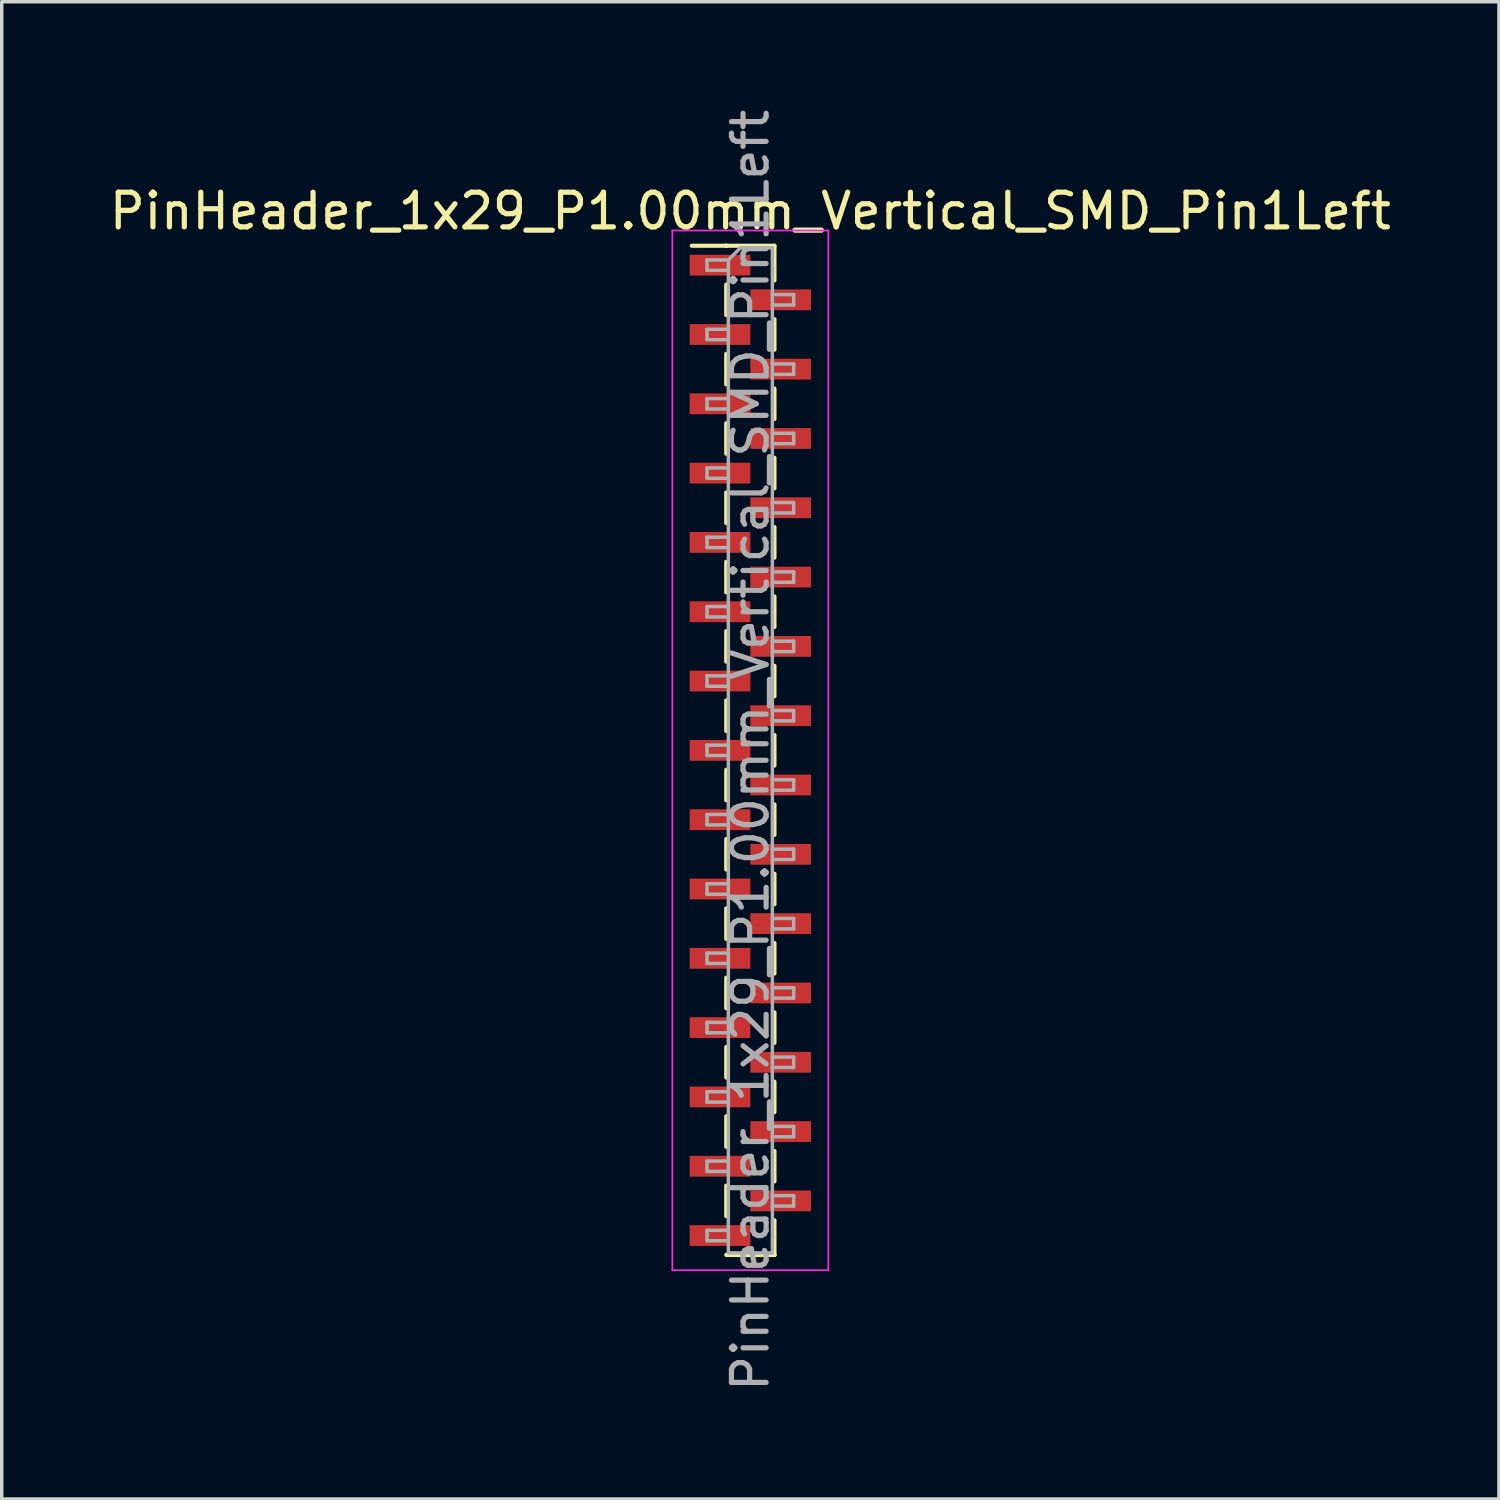
<source format=kicad_pcb>
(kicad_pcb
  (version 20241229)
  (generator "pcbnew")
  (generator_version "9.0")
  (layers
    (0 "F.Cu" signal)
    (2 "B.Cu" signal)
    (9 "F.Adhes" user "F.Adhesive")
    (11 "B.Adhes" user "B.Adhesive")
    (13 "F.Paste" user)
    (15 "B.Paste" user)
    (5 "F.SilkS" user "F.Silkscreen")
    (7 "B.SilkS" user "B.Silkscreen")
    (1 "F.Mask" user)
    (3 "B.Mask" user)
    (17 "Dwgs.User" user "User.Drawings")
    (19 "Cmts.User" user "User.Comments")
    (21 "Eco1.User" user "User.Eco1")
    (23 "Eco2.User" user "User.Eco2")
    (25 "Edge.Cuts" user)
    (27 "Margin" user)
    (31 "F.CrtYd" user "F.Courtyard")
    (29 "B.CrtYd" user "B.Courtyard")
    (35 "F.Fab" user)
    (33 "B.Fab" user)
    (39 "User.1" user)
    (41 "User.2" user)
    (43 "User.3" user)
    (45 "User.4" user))
  (footprint "PinHeader_1x29_P1.00mm_Vertical_SMD_Pin1Left"
    (layer "F.Cu")
    (at 18.601 18.601)
    (property "Reference" "PinHeader_1x29_P1.00mm_Vertical_SMD_Pin1Left" (at 0 -15.56 0) (layer "F.SilkS") (effects (font (size 1 1) (thickness 0.15))))
    (attr smd)
    (fp_line (start -0.695 -14.56) (end -1.69 -14.56) (stroke (width 0.12) (type solid)) (layer "F.SilkS"))
    (fp_line (start -0.695 -14.56) (end -0.695 -14.56) (stroke (width 0.12) (type solid)) (layer "F.SilkS"))
    (fp_line (start -0.695 -14.56) (end 0.695 -14.56) (stroke (width 0.12) (type solid)) (layer "F.SilkS"))
    (fp_line (start -0.695 -13.44) (end -0.695 -12.56) (stroke (width 0.12) (type solid)) (layer "F.SilkS"))
    (fp_line (start -0.695 -11.44) (end -0.695 -10.56) (stroke (width 0.12) (type solid)) (layer "F.SilkS"))
    (fp_line (start -0.695 -9.44) (end -0.695 -8.56) (stroke (width 0.12) (type solid)) (layer "F.SilkS"))
    (fp_line (start -0.695 -7.44) (end -0.695 -6.56) (stroke (width 0.12) (type solid)) (layer "F.SilkS"))
    (fp_line (start -0.695 -5.44) (end -0.695 -4.56) (stroke (width 0.12) (type solid)) (layer "F.SilkS"))
    (fp_line (start -0.695 -3.44) (end -0.695 -2.56) (stroke (width 0.12) (type solid)) (layer "F.SilkS"))
    (fp_line (start -0.695 -1.44) (end -0.695 -0.56) (stroke (width 0.12) (type solid)) (layer "F.SilkS"))
    (fp_line (start -0.695 0.56) (end -0.695 1.44) (stroke (width 0.12) (type solid)) (layer "F.SilkS"))
    (fp_line (start -0.695 2.56) (end -0.695 3.44) (stroke (width 0.12) (type solid)) (layer "F.SilkS"))
    (fp_line (start -0.695 4.56) (end -0.695 5.44) (stroke (width 0.12) (type solid)) (layer "F.SilkS"))
    (fp_line (start -0.695 6.56) (end -0.695 7.44) (stroke (width 0.12) (type solid)) (layer "F.SilkS"))
    (fp_line (start -0.695 8.56) (end -0.695 9.44) (stroke (width 0.12) (type solid)) (layer "F.SilkS"))
    (fp_line (start -0.695 10.56) (end -0.695 11.44) (stroke (width 0.12) (type solid)) (layer "F.SilkS"))
    (fp_line (start -0.695 12.56) (end -0.695 13.44) (stroke (width 0.12) (type solid)) (layer "F.SilkS"))
    (fp_line (start -0.695 14.56) (end 0.695 14.56) (stroke (width 0.12) (type solid)) (layer "F.SilkS"))
    (fp_line (start 0.695 -14.56) (end 0.695 -13.56) (stroke (width 0.12) (type solid)) (layer "F.SilkS"))
    (fp_line (start 0.695 -12.44) (end 0.695 -11.56) (stroke (width 0.12) (type solid)) (layer "F.SilkS"))
    (fp_line (start 0.695 -10.44) (end 0.695 -9.56) (stroke (width 0.12) (type solid)) (layer "F.SilkS"))
    (fp_line (start 0.695 -8.44) (end 0.695 -7.56) (stroke (width 0.12) (type solid)) (layer "F.SilkS"))
    (fp_line (start 0.695 -6.44) (end 0.695 -5.56) (stroke (width 0.12) (type solid)) (layer "F.SilkS"))
    (fp_line (start 0.695 -4.44) (end 0.695 -3.56) (stroke (width 0.12) (type solid)) (layer "F.SilkS"))
    (fp_line (start 0.695 -2.44) (end 0.695 -1.56) (stroke (width 0.12) (type solid)) (layer "F.SilkS"))
    (fp_line (start 0.695 -0.44) (end 0.695 0.44) (stroke (width 0.12) (type solid)) (layer "F.SilkS"))
    (fp_line (start 0.695 1.56) (end 0.695 2.44) (stroke (width 0.12) (type solid)) (layer "F.SilkS"))
    (fp_line (start 0.695 3.56) (end 0.695 4.44) (stroke (width 0.12) (type solid)) (layer "F.SilkS"))
    (fp_line (start 0.695 5.56) (end 0.695 6.44) (stroke (width 0.12) (type solid)) (layer "F.SilkS"))
    (fp_line (start 0.695 7.56) (end 0.695 8.44) (stroke (width 0.12) (type solid)) (layer "F.SilkS"))
    (fp_line (start 0.695 9.56) (end 0.695 10.44) (stroke (width 0.12) (type solid)) (layer "F.SilkS"))
    (fp_line (start 0.695 11.56) (end 0.695 12.44) (stroke (width 0.12) (type solid)) (layer "F.SilkS"))
    (fp_line (start 0.695 13.56) (end 0.695 14.56) (stroke (width 0.12) (type solid)) (layer "F.SilkS"))
    (fp_line (start 0.695 14.56) (end 0.695 14.56) (stroke (width 0.12) (type solid)) (layer "F.SilkS"))
    (fp_line (start -2.25 -15) (end -2.25 15) (stroke (width 0.05) (type solid)) (layer "F.CrtYd"))
    (fp_line (start -2.25 15) (end 2.25 15) (stroke (width 0.05) (type solid)) (layer "F.CrtYd"))
    (fp_line (start 2.25 -15) (end -2.25 -15) (stroke (width 0.05) (type solid)) (layer "F.CrtYd"))
    (fp_line (start 2.25 15) (end 2.25 -15) (stroke (width 0.05) (type solid)) (layer "F.CrtYd"))
    (fp_line (start -1.25 -14.15) (end -1.25 -13.85) (stroke (width 0.1) (type solid)) (layer "F.Fab"))
    (fp_line (start -1.25 -13.85) (end -0.635 -13.85) (stroke (width 0.1) (type solid)) (layer "F.Fab"))
    (fp_line (start -1.25 -12.15) (end -1.25 -11.85) (stroke (width 0.1) (type solid)) (layer "F.Fab"))
    (fp_line (start -1.25 -11.85) (end -0.635 -11.85) (stroke (width 0.1) (type solid)) (layer "F.Fab"))
    (fp_line (start -1.25 -10.15) (end -1.25 -9.85) (stroke (width 0.1) (type solid)) (layer "F.Fab"))
    (fp_line (start -1.25 -9.85) (end -0.635 -9.85) (stroke (width 0.1) (type solid)) (layer "F.Fab"))
    (fp_line (start -1.25 -8.15) (end -1.25 -7.85) (stroke (width 0.1) (type solid)) (layer "F.Fab"))
    (fp_line (start -1.25 -7.85) (end -0.635 -7.85) (stroke (width 0.1) (type solid)) (layer "F.Fab"))
    (fp_line (start -1.25 -6.15) (end -1.25 -5.85) (stroke (width 0.1) (type solid)) (layer "F.Fab"))
    (fp_line (start -1.25 -5.85) (end -0.635 -5.85) (stroke (width 0.1) (type solid)) (layer "F.Fab"))
    (fp_line (start -1.25 -4.15) (end -1.25 -3.85) (stroke (width 0.1) (type solid)) (layer "F.Fab"))
    (fp_line (start -1.25 -3.85) (end -0.635 -3.85) (stroke (width 0.1) (type solid)) (layer "F.Fab"))
    (fp_line (start -1.25 -2.15) (end -1.25 -1.85) (stroke (width 0.1) (type solid)) (layer "F.Fab"))
    (fp_line (start -1.25 -1.85) (end -0.635 -1.85) (stroke (width 0.1) (type solid)) (layer "F.Fab"))
    (fp_line (start -1.25 -0.15) (end -1.25 0.15) (stroke (width 0.1) (type solid)) (layer "F.Fab"))
    (fp_line (start -1.25 0.15) (end -0.635 0.15) (stroke (width 0.1) (type solid)) (layer "F.Fab"))
    (fp_line (start -1.25 1.85) (end -1.25 2.15) (stroke (width 0.1) (type solid)) (layer "F.Fab"))
    (fp_line (start -1.25 2.15) (end -0.635 2.15) (stroke (width 0.1) (type solid)) (layer "F.Fab"))
    (fp_line (start -1.25 3.85) (end -1.25 4.15) (stroke (width 0.1) (type solid)) (layer "F.Fab"))
    (fp_line (start -1.25 4.15) (end -0.635 4.15) (stroke (width 0.1) (type solid)) (layer "F.Fab"))
    (fp_line (start -1.25 5.85) (end -1.25 6.15) (stroke (width 0.1) (type solid)) (layer "F.Fab"))
    (fp_line (start -1.25 6.15) (end -0.635 6.15) (stroke (width 0.1) (type solid)) (layer "F.Fab"))
    (fp_line (start -1.25 7.85) (end -1.25 8.15) (stroke (width 0.1) (type solid)) (layer "F.Fab"))
    (fp_line (start -1.25 8.15) (end -0.635 8.15) (stroke (width 0.1) (type solid)) (layer "F.Fab"))
    (fp_line (start -1.25 9.85) (end -1.25 10.15) (stroke (width 0.1) (type solid)) (layer "F.Fab"))
    (fp_line (start -1.25 10.15) (end -0.635 10.15) (stroke (width 0.1) (type solid)) (layer "F.Fab"))
    (fp_line (start -1.25 11.85) (end -1.25 12.15) (stroke (width 0.1) (type solid)) (layer "F.Fab"))
    (fp_line (start -1.25 12.15) (end -0.635 12.15) (stroke (width 0.1) (type solid)) (layer "F.Fab"))
    (fp_line (start -1.25 13.85) (end -1.25 14.15) (stroke (width 0.1) (type solid)) (layer "F.Fab"))
    (fp_line (start -1.25 14.15) (end -0.635 14.15) (stroke (width 0.1) (type solid)) (layer "F.Fab"))
    (fp_line (start -0.635 -14.15) (end -1.25 -14.15) (stroke (width 0.1) (type solid)) (layer "F.Fab"))
    (fp_line (start -0.635 -14.15) (end -0.285 -14.5) (stroke (width 0.1) (type solid)) (layer "F.Fab"))
    (fp_line (start -0.635 -12.15) (end -1.25 -12.15) (stroke (width 0.1) (type solid)) (layer "F.Fab"))
    (fp_line (start -0.635 -10.15) (end -1.25 -10.15) (stroke (width 0.1) (type solid)) (layer "F.Fab"))
    (fp_line (start -0.635 -8.15) (end -1.25 -8.15) (stroke (width 0.1) (type solid)) (layer "F.Fab"))
    (fp_line (start -0.635 -6.15) (end -1.25 -6.15) (stroke (width 0.1) (type solid)) (layer "F.Fab"))
    (fp_line (start -0.635 -4.15) (end -1.25 -4.15) (stroke (width 0.1) (type solid)) (layer "F.Fab"))
    (fp_line (start -0.635 -2.15) (end -1.25 -2.15) (stroke (width 0.1) (type solid)) (layer "F.Fab"))
    (fp_line (start -0.635 -0.15) (end -1.25 -0.15) (stroke (width 0.1) (type solid)) (layer "F.Fab"))
    (fp_line (start -0.635 1.85) (end -1.25 1.85) (stroke (width 0.1) (type solid)) (layer "F.Fab"))
    (fp_line (start -0.635 3.85) (end -1.25 3.85) (stroke (width 0.1) (type solid)) (layer "F.Fab"))
    (fp_line (start -0.635 5.85) (end -1.25 5.85) (stroke (width 0.1) (type solid)) (layer "F.Fab"))
    (fp_line (start -0.635 7.85) (end -1.25 7.85) (stroke (width 0.1) (type solid)) (layer "F.Fab"))
    (fp_line (start -0.635 9.85) (end -1.25 9.85) (stroke (width 0.1) (type solid)) (layer "F.Fab"))
    (fp_line (start -0.635 11.85) (end -1.25 11.85) (stroke (width 0.1) (type solid)) (layer "F.Fab"))
    (fp_line (start -0.635 13.85) (end -1.25 13.85) (stroke (width 0.1) (type solid)) (layer "F.Fab"))
    (fp_line (start -0.635 14.5) (end -0.635 -14.15) (stroke (width 0.1) (type solid)) (layer "F.Fab"))
    (fp_line (start -0.285 -14.5) (end 0.635 -14.5) (stroke (width 0.1) (type solid)) (layer "F.Fab"))
    (fp_line (start 0.635 -14.5) (end 0.635 14.5) (stroke (width 0.1) (type solid)) (layer "F.Fab"))
    (fp_line (start 0.635 -13.15) (end 1.25 -13.15) (stroke (width 0.1) (type solid)) (layer "F.Fab"))
    (fp_line (start 0.635 -11.15) (end 1.25 -11.15) (stroke (width 0.1) (type solid)) (layer "F.Fab"))
    (fp_line (start 0.635 -9.15) (end 1.25 -9.15) (stroke (width 0.1) (type solid)) (layer "F.Fab"))
    (fp_line (start 0.635 -7.15) (end 1.25 -7.15) (stroke (width 0.1) (type solid)) (layer "F.Fab"))
    (fp_line (start 0.635 -5.15) (end 1.25 -5.15) (stroke (width 0.1) (type solid)) (layer "F.Fab"))
    (fp_line (start 0.635 -3.15) (end 1.25 -3.15) (stroke (width 0.1) (type solid)) (layer "F.Fab"))
    (fp_line (start 0.635 -1.15) (end 1.25 -1.15) (stroke (width 0.1) (type solid)) (layer "F.Fab"))
    (fp_line (start 0.635 0.85) (end 1.25 0.85) (stroke (width 0.1) (type solid)) (layer "F.Fab"))
    (fp_line (start 0.635 2.85) (end 1.25 2.85) (stroke (width 0.1) (type solid)) (layer "F.Fab"))
    (fp_line (start 0.635 4.85) (end 1.25 4.85) (stroke (width 0.1) (type solid)) (layer "F.Fab"))
    (fp_line (start 0.635 6.85) (end 1.25 6.85) (stroke (width 0.1) (type solid)) (layer "F.Fab"))
    (fp_line (start 0.635 8.85) (end 1.25 8.85) (stroke (width 0.1) (type solid)) (layer "F.Fab"))
    (fp_line (start 0.635 10.85) (end 1.25 10.85) (stroke (width 0.1) (type solid)) (layer "F.Fab"))
    (fp_line (start 0.635 12.85) (end 1.25 12.85) (stroke (width 0.1) (type solid)) (layer "F.Fab"))
    (fp_line (start 0.635 14.5) (end -0.635 14.5) (stroke (width 0.1) (type solid)) (layer "F.Fab"))
    (fp_line (start 1.25 -13.15) (end 1.25 -12.85) (stroke (width 0.1) (type solid)) (layer "F.Fab"))
    (fp_line (start 1.25 -12.85) (end 0.635 -12.85) (stroke (width 0.1) (type solid)) (layer "F.Fab"))
    (fp_line (start 1.25 -11.15) (end 1.25 -10.85) (stroke (width 0.1) (type solid)) (layer "F.Fab"))
    (fp_line (start 1.25 -10.85) (end 0.635 -10.85) (stroke (width 0.1) (type solid)) (layer "F.Fab"))
    (fp_line (start 1.25 -9.15) (end 1.25 -8.85) (stroke (width 0.1) (type solid)) (layer "F.Fab"))
    (fp_line (start 1.25 -8.85) (end 0.635 -8.85) (stroke (width 0.1) (type solid)) (layer "F.Fab"))
    (fp_line (start 1.25 -7.15) (end 1.25 -6.85) (stroke (width 0.1) (type solid)) (layer "F.Fab"))
    (fp_line (start 1.25 -6.85) (end 0.635 -6.85) (stroke (width 0.1) (type solid)) (layer "F.Fab"))
    (fp_line (start 1.25 -5.15) (end 1.25 -4.85) (stroke (width 0.1) (type solid)) (layer "F.Fab"))
    (fp_line (start 1.25 -4.85) (end 0.635 -4.85) (stroke (width 0.1) (type solid)) (layer "F.Fab"))
    (fp_line (start 1.25 -3.15) (end 1.25 -2.85) (stroke (width 0.1) (type solid)) (layer "F.Fab"))
    (fp_line (start 1.25 -2.85) (end 0.635 -2.85) (stroke (width 0.1) (type solid)) (layer "F.Fab"))
    (fp_line (start 1.25 -1.15) (end 1.25 -0.85) (stroke (width 0.1) (type solid)) (layer "F.Fab"))
    (fp_line (start 1.25 -0.85) (end 0.635 -0.85) (stroke (width 0.1) (type solid)) (layer "F.Fab"))
    (fp_line (start 1.25 0.85) (end 1.25 1.15) (stroke (width 0.1) (type solid)) (layer "F.Fab"))
    (fp_line (start 1.25 1.15) (end 0.635 1.15) (stroke (width 0.1) (type solid)) (layer "F.Fab"))
    (fp_line (start 1.25 2.85) (end 1.25 3.15) (stroke (width 0.1) (type solid)) (layer "F.Fab"))
    (fp_line (start 1.25 3.15) (end 0.635 3.15) (stroke (width 0.1) (type solid)) (layer "F.Fab"))
    (fp_line (start 1.25 4.85) (end 1.25 5.15) (stroke (width 0.1) (type solid)) (layer "F.Fab"))
    (fp_line (start 1.25 5.15) (end 0.635 5.15) (stroke (width 0.1) (type solid)) (layer "F.Fab"))
    (fp_line (start 1.25 6.85) (end 1.25 7.15) (stroke (width 0.1) (type solid)) (layer "F.Fab"))
    (fp_line (start 1.25 7.15) (end 0.635 7.15) (stroke (width 0.1) (type solid)) (layer "F.Fab"))
    (fp_line (start 1.25 8.85) (end 1.25 9.15) (stroke (width 0.1) (type solid)) (layer "F.Fab"))
    (fp_line (start 1.25 9.15) (end 0.635 9.15) (stroke (width 0.1) (type solid)) (layer "F.Fab"))
    (fp_line (start 1.25 10.85) (end 1.25 11.15) (stroke (width 0.1) (type solid)) (layer "F.Fab"))
    (fp_line (start 1.25 11.15) (end 0.635 11.15) (stroke (width 0.1) (type solid)) (layer "F.Fab"))
    (fp_line (start 1.25 12.85) (end 1.25 13.15) (stroke (width 0.1) (type solid)) (layer "F.Fab"))
    (fp_line (start 1.25 13.15) (end 0.635 13.15) (stroke (width 0.1) (type solid)) (layer "F.Fab"))
    (fp_text user "${REFERENCE}" (at 0 0 90) (layer "F.Fab") (effects (font (size 1 1) (thickness 0.15))))
    (pad "1" smd rect (at -0.875 -14) (size 1.75 0.6) (layers "F.Cu" "F.Mask" "F.Paste"))
    (pad "2" smd rect (at 0.875 -13) (size 1.75 0.6) (layers "F.Cu" "F.Mask" "F.Paste"))
    (pad "3" smd rect (at -0.875 -12) (size 1.75 0.6) (layers "F.Cu" "F.Mask" "F.Paste"))
    (pad "4" smd rect (at 0.875 -11) (size 1.75 0.6) (layers "F.Cu" "F.Mask" "F.Paste"))
    (pad "5" smd rect (at -0.875 -10) (size 1.75 0.6) (layers "F.Cu" "F.Mask" "F.Paste"))
    (pad "6" smd rect (at 0.875 -9) (size 1.75 0.6) (layers "F.Cu" "F.Mask" "F.Paste"))
    (pad "7" smd rect (at -0.875 -8) (size 1.75 0.6) (layers "F.Cu" "F.Mask" "F.Paste"))
    (pad "8" smd rect (at 0.875 -7) (size 1.75 0.6) (layers "F.Cu" "F.Mask" "F.Paste"))
    (pad "9" smd rect (at -0.875 -6) (size 1.75 0.6) (layers "F.Cu" "F.Mask" "F.Paste"))
    (pad "10" smd rect (at 0.875 -5) (size 1.75 0.6) (layers "F.Cu" "F.Mask" "F.Paste"))
    (pad "11" smd rect (at -0.875 -4) (size 1.75 0.6) (layers "F.Cu" "F.Mask" "F.Paste"))
    (pad "12" smd rect (at 0.875 -3) (size 1.75 0.6) (layers "F.Cu" "F.Mask" "F.Paste"))
    (pad "13" smd rect (at -0.875 -2) (size 1.75 0.6) (layers "F.Cu" "F.Mask" "F.Paste"))
    (pad "14" smd rect (at 0.875 -1) (size 1.75 0.6) (layers "F.Cu" "F.Mask" "F.Paste"))
    (pad "15" smd rect (at -0.875 0) (size 1.75 0.6) (layers "F.Cu" "F.Mask" "F.Paste"))
    (pad "16" smd rect (at 0.875 1) (size 1.75 0.6) (layers "F.Cu" "F.Mask" "F.Paste"))
    (pad "17" smd rect (at -0.875 2) (size 1.75 0.6) (layers "F.Cu" "F.Mask" "F.Paste"))
    (pad "18" smd rect (at 0.875 3) (size 1.75 0.6) (layers "F.Cu" "F.Mask" "F.Paste"))
    (pad "19" smd rect (at -0.875 4) (size 1.75 0.6) (layers "F.Cu" "F.Mask" "F.Paste"))
    (pad "20" smd rect (at 0.875 5) (size 1.75 0.6) (layers "F.Cu" "F.Mask" "F.Paste"))
    (pad "21" smd rect (at -0.875 6) (size 1.75 0.6) (layers "F.Cu" "F.Mask" "F.Paste"))
    (pad "22" smd rect (at 0.875 7) (size 1.75 0.6) (layers "F.Cu" "F.Mask" "F.Paste"))
    (pad "23" smd rect (at -0.875 8) (size 1.75 0.6) (layers "F.Cu" "F.Mask" "F.Paste"))
    (pad "24" smd rect (at 0.875 9) (size 1.75 0.6) (layers "F.Cu" "F.Mask" "F.Paste"))
    (pad "25" smd rect (at -0.875 10) (size 1.75 0.6) (layers "F.Cu" "F.Mask" "F.Paste"))
    (pad "26" smd rect (at 0.875 11) (size 1.75 0.6) (layers "F.Cu" "F.Mask" "F.Paste"))
    (pad "27" smd rect (at -0.875 12) (size 1.75 0.6) (layers "F.Cu" "F.Mask" "F.Paste"))
    (pad "28" smd rect (at 0.875 13) (size 1.75 0.6) (layers "F.Cu" "F.Mask" "F.Paste"))
    (pad "29" smd rect (at -0.875 14) (size 1.75 0.6) (layers "F.Cu" "F.Mask" "F.Paste")))
  (gr_rect
    (start -3 -3)
    (end 40.202 40.202)
    (stroke (width 0.1) (type default))
    (fill no)
    (layer "Edge.Cuts")))
</source>
